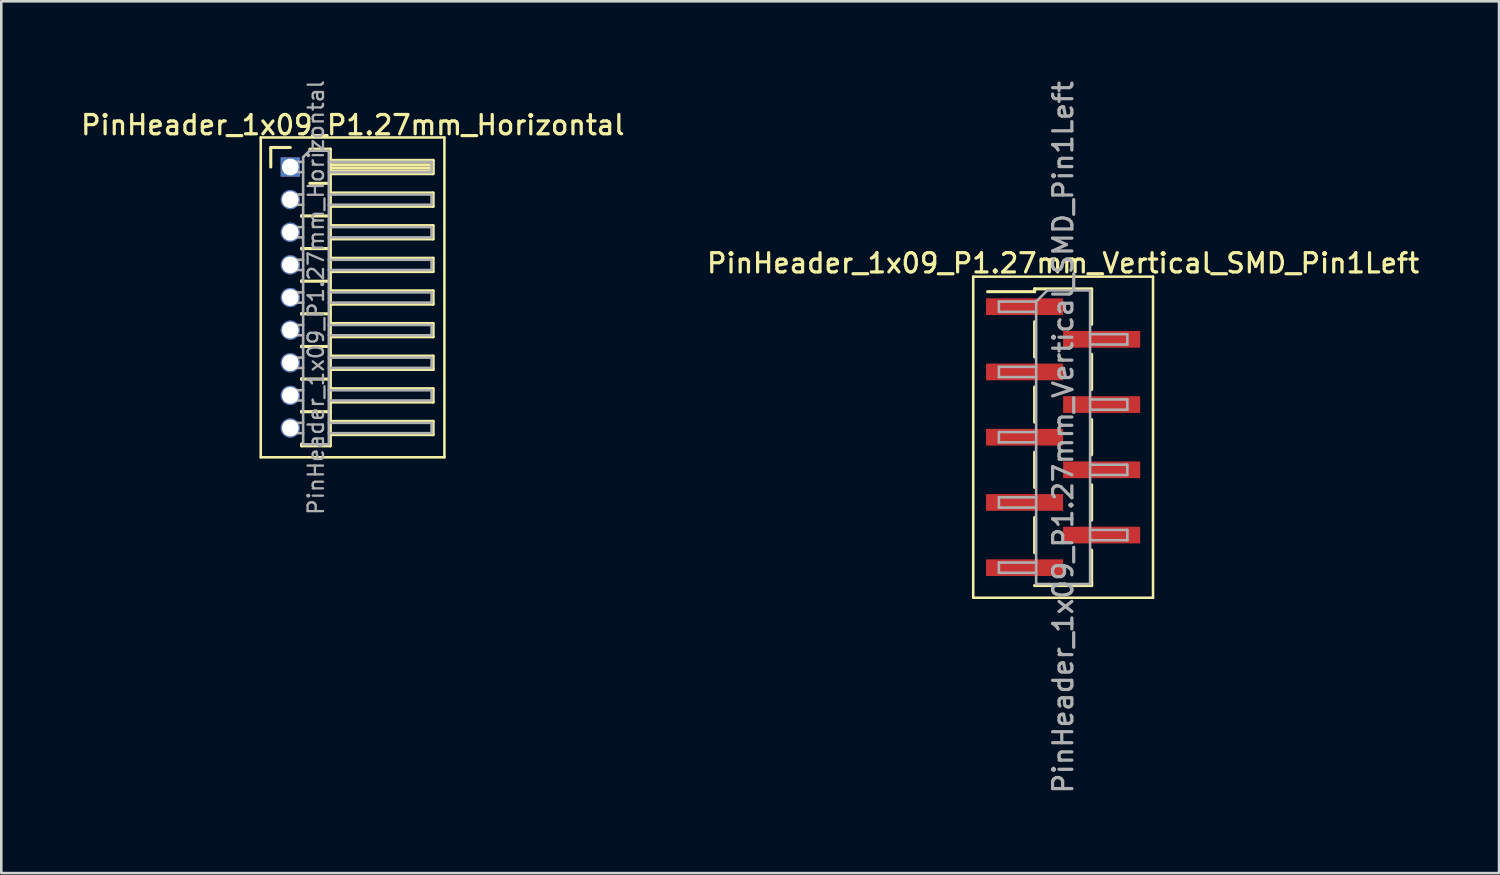
<source format=kicad_pcb>
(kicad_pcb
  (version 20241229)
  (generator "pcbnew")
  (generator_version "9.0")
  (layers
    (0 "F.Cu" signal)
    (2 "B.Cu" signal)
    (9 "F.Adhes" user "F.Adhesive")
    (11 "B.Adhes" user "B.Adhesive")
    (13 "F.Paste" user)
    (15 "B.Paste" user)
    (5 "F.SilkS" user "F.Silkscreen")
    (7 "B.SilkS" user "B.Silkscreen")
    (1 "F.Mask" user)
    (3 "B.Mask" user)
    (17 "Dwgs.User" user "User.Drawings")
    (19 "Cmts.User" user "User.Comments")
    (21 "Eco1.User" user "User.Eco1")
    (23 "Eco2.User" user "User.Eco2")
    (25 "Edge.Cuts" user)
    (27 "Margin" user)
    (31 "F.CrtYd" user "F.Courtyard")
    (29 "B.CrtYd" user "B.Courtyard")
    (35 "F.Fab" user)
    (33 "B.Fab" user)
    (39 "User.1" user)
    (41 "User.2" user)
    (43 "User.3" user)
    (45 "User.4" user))
  (footprint "PinHeader_1x09_P1.27mm_Vertical_SMD_Pin1Left"
    (layer "F.Cu")
    (at 38.337 13.97)
    (property "Reference" "PinHeader_1x09_P1.27mm_Vertical_SMD_Pin1Left" (at 0 -6.775 0) (layer "F.SilkS") (effects (font (size 0.75 0.75) (thickness 0.125))))
    (attr smd)
    (fp_line (start -3.5 -6.25) (end -3.5 6.25) (stroke (width 0.1) (type solid)) (layer "F.SilkS"))
    (fp_line (start -3.5 6.25) (end 3.5 6.25) (stroke (width 0.1) (type solid)) (layer "F.SilkS"))
    (fp_line (start -1.11 -5.775) (end -1.11 -5.665) (stroke (width 0.12) (type solid)) (layer "F.SilkS"))
    (fp_line (start -1.11 -5.775) (end 1.11 -5.775) (stroke (width 0.12) (type solid)) (layer "F.SilkS"))
    (fp_line (start -1.11 -5.665) (end -2.94 -5.665) (stroke (width 0.12) (type solid)) (layer "F.SilkS"))
    (fp_line (start -1.11 -4.495) (end -1.11 -3.125) (stroke (width 0.12) (type solid)) (layer "F.SilkS"))
    (fp_line (start -1.11 -1.955) (end -1.11 -0.585) (stroke (width 0.12) (type solid)) (layer "F.SilkS"))
    (fp_line (start -1.11 0.585) (end -1.11 1.955) (stroke (width 0.12) (type solid)) (layer "F.SilkS"))
    (fp_line (start -1.11 3.125) (end -1.11 4.495) (stroke (width 0.12) (type solid)) (layer "F.SilkS"))
    (fp_line (start -1.11 5.775) (end 1.11 5.775) (stroke (width 0.12) (type solid)) (layer "F.SilkS"))
    (fp_line (start 1.11 -5.765) (end 1.11 -4.395) (stroke (width 0.12) (type solid)) (layer "F.SilkS"))
    (fp_line (start 1.11 -3.225) (end 1.11 -1.855) (stroke (width 0.12) (type solid)) (layer "F.SilkS"))
    (fp_line (start 1.11 -0.685) (end 1.11 0.685) (stroke (width 0.12) (type solid)) (layer "F.SilkS"))
    (fp_line (start 1.11 1.855) (end 1.11 3.225) (stroke (width 0.12) (type solid)) (layer "F.SilkS"))
    (fp_line (start 1.11 4.395) (end 1.11 5.765) (stroke (width 0.12) (type solid)) (layer "F.SilkS"))
    (fp_line (start 1.11 5.665) (end 1.11 5.775) (stroke (width 0.12) (type solid)) (layer "F.SilkS"))
    (fp_line (start 3.5 -6.25) (end -3.5 -6.25) (stroke (width 0.1) (type solid)) (layer "F.SilkS"))
    (fp_line (start 3.5 6.25) (end 3.5 -6.25) (stroke (width 0.1) (type solid)) (layer "F.SilkS"))
    (fp_line (start -2.5 -5.28) (end -2.5 -4.88) (stroke (width 0.1) (type solid)) (layer "F.Fab"))
    (fp_line (start -2.5 -4.88) (end -1.05 -4.88) (stroke (width 0.1) (type solid)) (layer "F.Fab"))
    (fp_line (start -2.5 -2.74) (end -2.5 -2.34) (stroke (width 0.1) (type solid)) (layer "F.Fab"))
    (fp_line (start -2.5 -2.34) (end -1.05 -2.34) (stroke (width 0.1) (type solid)) (layer "F.Fab"))
    (fp_line (start -2.5 -0.2) (end -2.5 0.2) (stroke (width 0.1) (type solid)) (layer "F.Fab"))
    (fp_line (start -2.5 0.2) (end -1.05 0.2) (stroke (width 0.1) (type solid)) (layer "F.Fab"))
    (fp_line (start -2.5 2.34) (end -2.5 2.74) (stroke (width 0.1) (type solid)) (layer "F.Fab"))
    (fp_line (start -2.5 2.74) (end -1.05 2.74) (stroke (width 0.1) (type solid)) (layer "F.Fab"))
    (fp_line (start -2.5 4.88) (end -2.5 5.28) (stroke (width 0.1) (type solid)) (layer "F.Fab"))
    (fp_line (start -2.5 5.28) (end -1.05 5.28) (stroke (width 0.1) (type solid)) (layer "F.Fab"))
    (fp_line (start -1.05 -5.28) (end -2.5 -5.28) (stroke (width 0.1) (type solid)) (layer "F.Fab"))
    (fp_line (start -1.05 -5.28) (end -0.615 -5.715) (stroke (width 0.1) (type solid)) (layer "F.Fab"))
    (fp_line (start -1.05 -2.74) (end -2.5 -2.74) (stroke (width 0.1) (type solid)) (layer "F.Fab"))
    (fp_line (start -1.05 -0.2) (end -2.5 -0.2) (stroke (width 0.1) (type solid)) (layer "F.Fab"))
    (fp_line (start -1.05 2.34) (end -2.5 2.34) (stroke (width 0.1) (type solid)) (layer "F.Fab"))
    (fp_line (start -1.05 4.88) (end -2.5 4.88) (stroke (width 0.1) (type solid)) (layer "F.Fab"))
    (fp_line (start -1.05 5.715) (end -1.05 -5.28) (stroke (width 0.1) (type solid)) (layer "F.Fab"))
    (fp_line (start -0.615 -5.715) (end 1.05 -5.715) (stroke (width 0.1) (type solid)) (layer "F.Fab"))
    (fp_line (start 1.05 -5.715) (end 1.05 5.715) (stroke (width 0.1) (type solid)) (layer "F.Fab"))
    (fp_line (start 1.05 -4.01) (end 2.5 -4.01) (stroke (width 0.1) (type solid)) (layer "F.Fab"))
    (fp_line (start 1.05 -1.47) (end 2.5 -1.47) (stroke (width 0.1) (type solid)) (layer "F.Fab"))
    (fp_line (start 1.05 1.07) (end 2.5 1.07) (stroke (width 0.1) (type solid)) (layer "F.Fab"))
    (fp_line (start 1.05 3.61) (end 2.5 3.61) (stroke (width 0.1) (type solid)) (layer "F.Fab"))
    (fp_line (start 1.05 5.715) (end -1.05 5.715) (stroke (width 0.1) (type solid)) (layer "F.Fab"))
    (fp_line (start 2.5 -4.01) (end 2.5 -3.61) (stroke (width 0.1) (type solid)) (layer "F.Fab"))
    (fp_line (start 2.5 -3.61) (end 1.05 -3.61) (stroke (width 0.1) (type solid)) (layer "F.Fab"))
    (fp_line (start 2.5 -1.47) (end 2.5 -1.07) (stroke (width 0.1) (type solid)) (layer "F.Fab"))
    (fp_line (start 2.5 -1.07) (end 1.05 -1.07) (stroke (width 0.1) (type solid)) (layer "F.Fab"))
    (fp_line (start 2.5 1.07) (end 2.5 1.47) (stroke (width 0.1) (type solid)) (layer "F.Fab"))
    (fp_line (start 2.5 1.47) (end 1.05 1.47) (stroke (width 0.1) (type solid)) (layer "F.Fab"))
    (fp_line (start 2.5 3.61) (end 2.5 4.01) (stroke (width 0.1) (type solid)) (layer "F.Fab"))
    (fp_line (start 2.5 4.01) (end 1.05 4.01) (stroke (width 0.1) (type solid)) (layer "F.Fab"))
    (fp_text user "${REFERENCE}" (at 0 0 90) (layer "F.Fab") (effects (font (size 0.75 0.75) (thickness 0.125))))
    (pad "1" smd rect (at -1.5 -5.08) (size 3 0.65) (layers "F.Cu" "F.Mask" "F.Paste"))
    (pad "2" smd rect (at 1.5 -3.81) (size 3 0.65) (layers "F.Cu" "F.Mask" "F.Paste"))
    (pad "3" smd rect (at -1.5 -2.54) (size 3 0.65) (layers "F.Cu" "F.Mask" "F.Paste"))
    (pad "4" smd rect (at 1.5 -1.27) (size 3 0.65) (layers "F.Cu" "F.Mask" "F.Paste"))
    (pad "5" smd rect (at -1.5 0) (size 3 0.65) (layers "F.Cu" "F.Mask" "F.Paste"))
    (pad "6" smd rect (at 1.5 1.27) (size 3 0.65) (layers "F.Cu" "F.Mask" "F.Paste"))
    (pad "7" smd rect (at -1.5 2.54) (size 3 0.65) (layers "F.Cu" "F.Mask" "F.Paste"))
    (pad "8" smd rect (at 1.5 3.81) (size 3 0.65) (layers "F.Cu" "F.Mask" "F.Paste"))
    (pad "9" smd rect (at -1.5 5.08) (size 3 0.65) (layers "F.Cu" "F.Mask" "F.Paste")))
  (footprint "PinHeader_1x09_P1.27mm_Horizontal"
    (layer "F.Cu")
    (at 8.251 3.452)
    (property "Reference" "PinHeader_1x09_P1.27mm_Horizontal" (at 2.433 -1.635 0) (layer "F.SilkS") (effects (font (size 0.75 0.75) (thickness 0.125))))
    (attr through_hole)
    (fp_line (start -1.15 -1.15) (end -1.15 11.3) (stroke (width 0.1) (type solid)) (layer "F.SilkS"))
    (fp_line (start -1.15 11.3) (end 6 11.3) (stroke (width 0.1) (type solid)) (layer "F.SilkS"))
    (fp_line (start -0.76 -0.76) (end 0 -0.76) (stroke (width 0.12) (type solid)) (layer "F.SilkS"))
    (fp_line (start -0.76 0) (end -0.76 -0.76) (stroke (width 0.12) (type solid)) (layer "F.SilkS"))
    (fp_line (start 0.44 1.89) (end 0.44 1.92) (stroke (width 0.12) (type solid)) (layer "F.SilkS"))
    (fp_line (start 0.44 1.905) (end 1.56 1.905) (stroke (width 0.12) (type solid)) (layer "F.SilkS"))
    (fp_line (start 0.44 3.16) (end 0.44 3.19) (stroke (width 0.12) (type solid)) (layer "F.SilkS"))
    (fp_line (start 0.44 3.175) (end 1.56 3.175) (stroke (width 0.12) (type solid)) (layer "F.SilkS"))
    (fp_line (start 0.44 4.43) (end 0.44 4.46) (stroke (width 0.12) (type solid)) (layer "F.SilkS"))
    (fp_line (start 0.44 4.445) (end 1.56 4.445) (stroke (width 0.12) (type solid)) (layer "F.SilkS"))
    (fp_line (start 0.44 5.7) (end 0.44 5.73) (stroke (width 0.12) (type solid)) (layer "F.SilkS"))
    (fp_line (start 0.44 5.715) (end 1.56 5.715) (stroke (width 0.12) (type solid)) (layer "F.SilkS"))
    (fp_line (start 0.44 6.97) (end 0.44 7) (stroke (width 0.12) (type solid)) (layer "F.SilkS"))
    (fp_line (start 0.44 6.985) (end 1.56 6.985) (stroke (width 0.12) (type solid)) (layer "F.SilkS"))
    (fp_line (start 0.44 8.24) (end 0.44 8.27) (stroke (width 0.12) (type solid)) (layer "F.SilkS"))
    (fp_line (start 0.44 8.255) (end 1.56 8.255) (stroke (width 0.12) (type solid)) (layer "F.SilkS"))
    (fp_line (start 0.44 9.51) (end 0.44 9.54) (stroke (width 0.12) (type solid)) (layer "F.SilkS"))
    (fp_line (start 0.44 9.525) (end 1.56 9.525) (stroke (width 0.12) (type solid)) (layer "F.SilkS"))
    (fp_line (start 0.44 10.855) (end 0.44 10.78) (stroke (width 0.12) (type solid)) (layer "F.SilkS"))
    (fp_line (start 0.76 -0.695) (end 1.56 -0.695) (stroke (width 0.12) (type solid)) (layer "F.SilkS"))
    (fp_line (start 0.76 0.635) (end 1.56 0.635) (stroke (width 0.12) (type solid)) (layer "F.SilkS"))
    (fp_line (start 1.56 -0.695) (end 1.56 10.855) (stroke (width 0.12) (type solid)) (layer "F.SilkS"))
    (fp_line (start 1.56 -0.26) (end 5.56 -0.26) (stroke (width 0.12) (type solid)) (layer "F.SilkS"))
    (fp_line (start 1.56 -0.2) (end 5.56 -0.2) (stroke (width 0.12) (type solid)) (layer "F.SilkS"))
    (fp_line (start 1.56 -0.08) (end 5.56 -0.08) (stroke (width 0.12) (type solid)) (layer "F.SilkS"))
    (fp_line (start 1.56 0.04) (end 5.56 0.04) (stroke (width 0.12) (type solid)) (layer "F.SilkS"))
    (fp_line (start 1.56 0.16) (end 5.56 0.16) (stroke (width 0.12) (type solid)) (layer "F.SilkS"))
    (fp_line (start 1.56 1.01) (end 5.56 1.01) (stroke (width 0.12) (type solid)) (layer "F.SilkS"))
    (fp_line (start 1.56 2.28) (end 5.56 2.28) (stroke (width 0.12) (type solid)) (layer "F.SilkS"))
    (fp_line (start 1.56 3.55) (end 5.56 3.55) (stroke (width 0.12) (type solid)) (layer "F.SilkS"))
    (fp_line (start 1.56 4.82) (end 5.56 4.82) (stroke (width 0.12) (type solid)) (layer "F.SilkS"))
    (fp_line (start 1.56 6.09) (end 5.56 6.09) (stroke (width 0.12) (type solid)) (layer "F.SilkS"))
    (fp_line (start 1.56 7.36) (end 5.56 7.36) (stroke (width 0.12) (type solid)) (layer "F.SilkS"))
    (fp_line (start 1.56 8.63) (end 5.56 8.63) (stroke (width 0.12) (type solid)) (layer "F.SilkS"))
    (fp_line (start 1.56 9.9) (end 5.56 9.9) (stroke (width 0.12) (type solid)) (layer "F.SilkS"))
    (fp_line (start 1.56 10.855) (end 0.44 10.855) (stroke (width 0.12) (type solid)) (layer "F.SilkS"))
    (fp_line (start 5.56 -0.26) (end 5.56 0.26) (stroke (width 0.12) (type solid)) (layer "F.SilkS"))
    (fp_line (start 5.56 0.26) (end 1.56 0.26) (stroke (width 0.12) (type solid)) (layer "F.SilkS"))
    (fp_line (start 5.56 1.01) (end 5.56 1.53) (stroke (width 0.12) (type solid)) (layer "F.SilkS"))
    (fp_line (start 5.56 1.53) (end 1.56 1.53) (stroke (width 0.12) (type solid)) (layer "F.SilkS"))
    (fp_line (start 5.56 2.28) (end 5.56 2.8) (stroke (width 0.12) (type solid)) (layer "F.SilkS"))
    (fp_line (start 5.56 2.8) (end 1.56 2.8) (stroke (width 0.12) (type solid)) (layer "F.SilkS"))
    (fp_line (start 5.56 3.55) (end 5.56 4.07) (stroke (width 0.12) (type solid)) (layer "F.SilkS"))
    (fp_line (start 5.56 4.07) (end 1.56 4.07) (stroke (width 0.12) (type solid)) (layer "F.SilkS"))
    (fp_line (start 5.56 4.82) (end 5.56 5.34) (stroke (width 0.12) (type solid)) (layer "F.SilkS"))
    (fp_line (start 5.56 5.34) (end 1.56 5.34) (stroke (width 0.12) (type solid)) (layer "F.SilkS"))
    (fp_line (start 5.56 6.09) (end 5.56 6.61) (stroke (width 0.12) (type solid)) (layer "F.SilkS"))
    (fp_line (start 5.56 6.61) (end 1.56 6.61) (stroke (width 0.12) (type solid)) (layer "F.SilkS"))
    (fp_line (start 5.56 7.36) (end 5.56 7.88) (stroke (width 0.12) (type solid)) (layer "F.SilkS"))
    (fp_line (start 5.56 7.88) (end 1.56 7.88) (stroke (width 0.12) (type solid)) (layer "F.SilkS"))
    (fp_line (start 5.56 8.63) (end 5.56 9.15) (stroke (width 0.12) (type solid)) (layer "F.SilkS"))
    (fp_line (start 5.56 9.15) (end 1.56 9.15) (stroke (width 0.12) (type solid)) (layer "F.SilkS"))
    (fp_line (start 5.56 9.9) (end 5.56 10.42) (stroke (width 0.12) (type solid)) (layer "F.SilkS"))
    (fp_line (start 5.56 10.42) (end 1.56 10.42) (stroke (width 0.12) (type solid)) (layer "F.SilkS"))
    (fp_line (start 6 -1.15) (end -1.15 -1.15) (stroke (width 0.1) (type solid)) (layer "F.SilkS"))
    (fp_line (start 6 11.3) (end 6 -1.15) (stroke (width 0.1) (type solid)) (layer "F.SilkS"))
    (fp_line (start -0.2 -0.2) (end -0.2 0.2) (stroke (width 0.1) (type solid)) (layer "F.Fab"))
    (fp_line (start -0.2 -0.2) (end 0.5 -0.2) (stroke (width 0.1) (type solid)) (layer "F.Fab"))
    (fp_line (start -0.2 0.2) (end 0.5 0.2) (stroke (width 0.1) (type solid)) (layer "F.Fab"))
    (fp_line (start -0.2 1.07) (end -0.2 1.47) (stroke (width 0.1) (type solid)) (layer "F.Fab"))
    (fp_line (start -0.2 1.07) (end 0.5 1.07) (stroke (width 0.1) (type solid)) (layer "F.Fab"))
    (fp_line (start -0.2 1.47) (end 0.5 1.47) (stroke (width 0.1) (type solid)) (layer "F.Fab"))
    (fp_line (start -0.2 2.34) (end -0.2 2.74) (stroke (width 0.1) (type solid)) (layer "F.Fab"))
    (fp_line (start -0.2 2.34) (end 0.5 2.34) (stroke (width 0.1) (type solid)) (layer "F.Fab"))
    (fp_line (start -0.2 2.74) (end 0.5 2.74) (stroke (width 0.1) (type solid)) (layer "F.Fab"))
    (fp_line (start -0.2 3.61) (end -0.2 4.01) (stroke (width 0.1) (type solid)) (layer "F.Fab"))
    (fp_line (start -0.2 3.61) (end 0.5 3.61) (stroke (width 0.1) (type solid)) (layer "F.Fab"))
    (fp_line (start -0.2 4.01) (end 0.5 4.01) (stroke (width 0.1) (type solid)) (layer "F.Fab"))
    (fp_line (start -0.2 4.88) (end -0.2 5.28) (stroke (width 0.1) (type solid)) (layer "F.Fab"))
    (fp_line (start -0.2 4.88) (end 0.5 4.88) (stroke (width 0.1) (type solid)) (layer "F.Fab"))
    (fp_line (start -0.2 5.28) (end 0.5 5.28) (stroke (width 0.1) (type solid)) (layer "F.Fab"))
    (fp_line (start -0.2 6.15) (end -0.2 6.55) (stroke (width 0.1) (type solid)) (layer "F.Fab"))
    (fp_line (start -0.2 6.15) (end 0.5 6.15) (stroke (width 0.1) (type solid)) (layer "F.Fab"))
    (fp_line (start -0.2 6.55) (end 0.5 6.55) (stroke (width 0.1) (type solid)) (layer "F.Fab"))
    (fp_line (start -0.2 7.42) (end -0.2 7.82) (stroke (width 0.1) (type solid)) (layer "F.Fab"))
    (fp_line (start -0.2 7.42) (end 0.5 7.42) (stroke (width 0.1) (type solid)) (layer "F.Fab"))
    (fp_line (start -0.2 7.82) (end 0.5 7.82) (stroke (width 0.1) (type solid)) (layer "F.Fab"))
    (fp_line (start -0.2 8.69) (end -0.2 9.09) (stroke (width 0.1) (type solid)) (layer "F.Fab"))
    (fp_line (start -0.2 8.69) (end 0.5 8.69) (stroke (width 0.1) (type solid)) (layer "F.Fab"))
    (fp_line (start -0.2 9.09) (end 0.5 9.09) (stroke (width 0.1) (type solid)) (layer "F.Fab"))
    (fp_line (start -0.2 9.96) (end -0.2 10.36) (stroke (width 0.1) (type solid)) (layer "F.Fab"))
    (fp_line (start -0.2 9.96) (end 0.5 9.96) (stroke (width 0.1) (type solid)) (layer "F.Fab"))
    (fp_line (start -0.2 10.36) (end 0.5 10.36) (stroke (width 0.1) (type solid)) (layer "F.Fab"))
    (fp_line (start 0.5 -0.385) (end 0.75 -0.635) (stroke (width 0.1) (type solid)) (layer "F.Fab"))
    (fp_line (start 0.5 10.795) (end 0.5 -0.385) (stroke (width 0.1) (type solid)) (layer "F.Fab"))
    (fp_line (start 0.75 -0.635) (end 1.5 -0.635) (stroke (width 0.1) (type solid)) (layer "F.Fab"))
    (fp_line (start 1.5 -0.635) (end 1.5 10.795) (stroke (width 0.1) (type solid)) (layer "F.Fab"))
    (fp_line (start 1.5 -0.2) (end 5.5 -0.2) (stroke (width 0.1) (type solid)) (layer "F.Fab"))
    (fp_line (start 1.5 0.2) (end 5.5 0.2) (stroke (width 0.1) (type solid)) (layer "F.Fab"))
    (fp_line (start 1.5 1.07) (end 5.5 1.07) (stroke (width 0.1) (type solid)) (layer "F.Fab"))
    (fp_line (start 1.5 1.47) (end 5.5 1.47) (stroke (width 0.1) (type solid)) (layer "F.Fab"))
    (fp_line (start 1.5 2.34) (end 5.5 2.34) (stroke (width 0.1) (type solid)) (layer "F.Fab"))
    (fp_line (start 1.5 2.74) (end 5.5 2.74) (stroke (width 0.1) (type solid)) (layer "F.Fab"))
    (fp_line (start 1.5 3.61) (end 5.5 3.61) (stroke (width 0.1) (type solid)) (layer "F.Fab"))
    (fp_line (start 1.5 4.01) (end 5.5 4.01) (stroke (width 0.1) (type solid)) (layer "F.Fab"))
    (fp_line (start 1.5 4.88) (end 5.5 4.88) (stroke (width 0.1) (type solid)) (layer "F.Fab"))
    (fp_line (start 1.5 5.28) (end 5.5 5.28) (stroke (width 0.1) (type solid)) (layer "F.Fab"))
    (fp_line (start 1.5 6.15) (end 5.5 6.15) (stroke (width 0.1) (type solid)) (layer "F.Fab"))
    (fp_line (start 1.5 6.55) (end 5.5 6.55) (stroke (width 0.1) (type solid)) (layer "F.Fab"))
    (fp_line (start 1.5 7.42) (end 5.5 7.42) (stroke (width 0.1) (type solid)) (layer "F.Fab"))
    (fp_line (start 1.5 7.82) (end 5.5 7.82) (stroke (width 0.1) (type solid)) (layer "F.Fab"))
    (fp_line (start 1.5 8.69) (end 5.5 8.69) (stroke (width 0.1) (type solid)) (layer "F.Fab"))
    (fp_line (start 1.5 9.09) (end 5.5 9.09) (stroke (width 0.1) (type solid)) (layer "F.Fab"))
    (fp_line (start 1.5 9.96) (end 5.5 9.96) (stroke (width 0.1) (type solid)) (layer "F.Fab"))
    (fp_line (start 1.5 10.36) (end 5.5 10.36) (stroke (width 0.1) (type solid)) (layer "F.Fab"))
    (fp_line (start 1.5 10.795) (end 0.5 10.795) (stroke (width 0.1) (type solid)) (layer "F.Fab"))
    (fp_line (start 5.5 -0.2) (end 5.5 0.2) (stroke (width 0.1) (type solid)) (layer "F.Fab"))
    (fp_line (start 5.5 1.07) (end 5.5 1.47) (stroke (width 0.1) (type solid)) (layer "F.Fab"))
    (fp_line (start 5.5 2.34) (end 5.5 2.74) (stroke (width 0.1) (type solid)) (layer "F.Fab"))
    (fp_line (start 5.5 3.61) (end 5.5 4.01) (stroke (width 0.1) (type solid)) (layer "F.Fab"))
    (fp_line (start 5.5 4.88) (end 5.5 5.28) (stroke (width 0.1) (type solid)) (layer "F.Fab"))
    (fp_line (start 5.5 6.15) (end 5.5 6.55) (stroke (width 0.1) (type solid)) (layer "F.Fab"))
    (fp_line (start 5.5 7.42) (end 5.5 7.82) (stroke (width 0.1) (type solid)) (layer "F.Fab"))
    (fp_line (start 5.5 8.69) (end 5.5 9.09) (stroke (width 0.1) (type solid)) (layer "F.Fab"))
    (fp_line (start 5.5 9.96) (end 5.5 10.36) (stroke (width 0.1) (type solid)) (layer "F.Fab"))
    (fp_text user "${REFERENCE}" (at 1 5.08 90) (layer "F.Fab") (effects (font (size 0.6 0.6) (thickness 0.09))))
    (pad "1" thru_hole rect (at 0 0) (size 0.75 0.75) (drill 0.65) (layers "*.Cu" "*.Mask"))
    (pad "2" thru_hole oval (at 0 1.27) (size 0.75 0.75) (drill 0.65) (layers "*.Cu" "*.Mask"))
    (pad "3" thru_hole oval (at 0 2.54) (size 0.75 0.75) (drill 0.65) (layers "*.Cu" "*.Mask"))
    (pad "4" thru_hole oval (at 0 3.81) (size 0.75 0.75) (drill 0.65) (layers "*.Cu" "*.Mask"))
    (pad "5" thru_hole oval (at 0 5.08) (size 0.75 0.75) (drill 0.65) (layers "*.Cu" "*.Mask"))
    (pad "6" thru_hole oval (at 0 6.35) (size 0.75 0.75) (drill 0.65) (layers "*.Cu" "*.Mask"))
    (pad "7" thru_hole oval (at 0 7.62) (size 0.75 0.75) (drill 0.65) (layers "*.Cu" "*.Mask"))
    (pad "8" thru_hole oval (at 0 8.89) (size 0.75 0.75) (drill 0.65) (layers "*.Cu" "*.Mask"))
    (pad "9" thru_hole oval (at 0 10.16) (size 0.75 0.75) (drill 0.65) (layers "*.Cu" "*.Mask")))
  (gr_rect
    (start -3 -3)
    (end 55.307 30.939)
    (stroke (width 0.1) (type default))
    (fill no)
    (layer "Edge.Cuts")))
</source>
